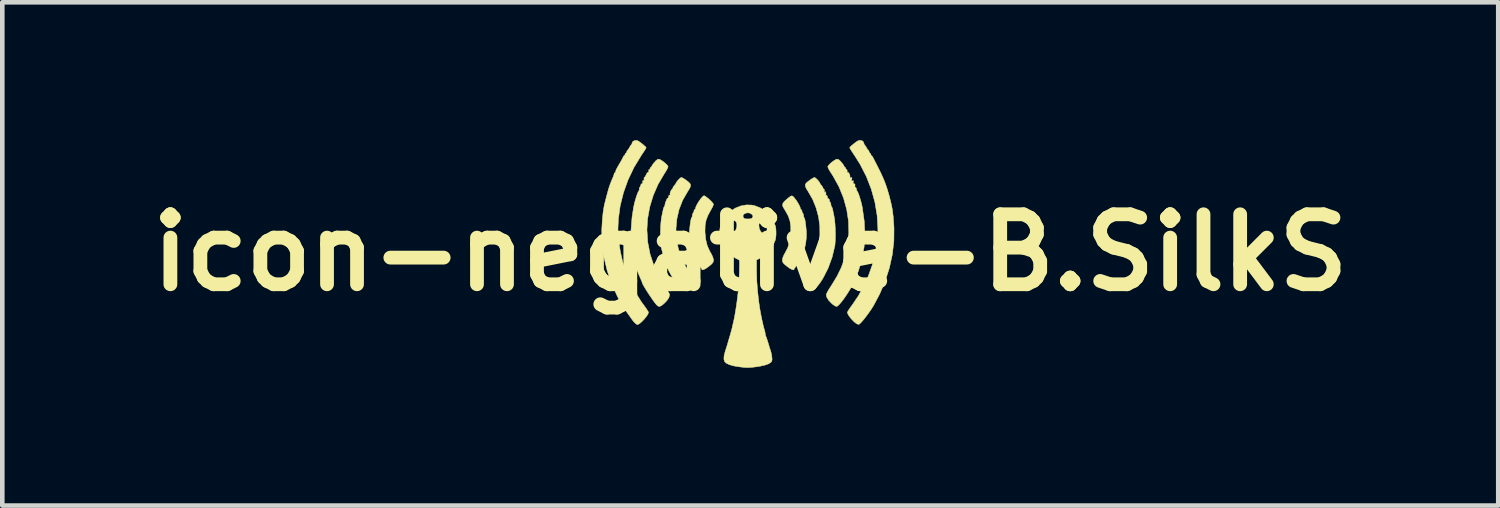
<source format=kicad_pcb>
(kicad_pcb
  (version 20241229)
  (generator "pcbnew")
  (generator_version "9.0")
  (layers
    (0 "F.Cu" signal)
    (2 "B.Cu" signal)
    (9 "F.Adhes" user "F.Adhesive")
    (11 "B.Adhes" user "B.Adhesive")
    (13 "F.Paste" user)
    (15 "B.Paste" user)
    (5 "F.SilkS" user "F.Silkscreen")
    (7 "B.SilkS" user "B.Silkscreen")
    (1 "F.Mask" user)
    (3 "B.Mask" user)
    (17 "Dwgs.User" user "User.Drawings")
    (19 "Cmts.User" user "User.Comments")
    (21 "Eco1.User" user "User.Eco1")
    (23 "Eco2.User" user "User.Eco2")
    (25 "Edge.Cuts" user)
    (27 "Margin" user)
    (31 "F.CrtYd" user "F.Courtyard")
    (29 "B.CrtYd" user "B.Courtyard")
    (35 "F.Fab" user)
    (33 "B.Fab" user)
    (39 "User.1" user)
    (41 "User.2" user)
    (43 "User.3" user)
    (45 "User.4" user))
  (footprint "icon-negative-B.SilkS"
    (layer "F.Cu")
    (at 13.288 2.451)
    (property "Reference" "icon-negative-B.SilkS" (at 0 0 0) (layer "F.SilkS") (effects (font (size 1.524 1.524) (thickness 0.3))))
    (attr through_hole)
    (fp_poly (pts (xy 0.92 -1.232) (xy 0.942 -1.213) (xy 0.962 -1.19) (xy 1.003 -1.137) (xy 1.041 -1.077) (xy 1.072 -1.02) (xy 1.089 -0.975) (xy 1.091 -0.962) (xy 1.101 -0.94) (xy 1.108 -0.938) (xy 1.122 -0.923) (xy 1.125 -0.904) (xy 1.133 -0.872) (xy 1.142 -0.861) (xy 1.156 -0.837) (xy 1.159 -0.812) (xy 1.166 -0.775) (xy 1.174 -0.758) (xy 1.186 -0.733) (xy 1.197 -0.681) (xy 1.208 -0.601) (xy 1.219 -0.489) (xy 1.221 -0.47) (xy 1.223 -0.394) (xy 1.219 -0.307) (xy 1.209 -0.22) (xy 1.195 -0.144) (xy 1.179 -0.089) (xy 1.175 -0.081) (xy 1.161 -0.043) (xy 1.159 -0.026) (xy 1.152 0.012) (xy 1.144 0.03) (xy 1.128 0.064) (xy 1.104 0.112) (xy 1.096 0.128) (xy 1.053 0.212) (xy 1.016 0.272) (xy 0.984 0.313) (xy 0.962 0.344) (xy 0.955 0.361) (xy 0.943 0.376) (xy 0.91 0.369) (xy 0.861 0.343) (xy 0.799 0.298) (xy 0.797 0.297) (xy 0.745 0.253) (xy 0.715 0.221) (xy 0.702 0.191) (xy 0.699 0.162) (xy 0.709 0.108) (xy 0.737 0.044) (xy 0.75 0.022) (xy 0.816 -0.105) (xy 0.858 -0.238) (xy 0.88 -0.388) (xy 0.883 -0.431) (xy 0.882 -0.569) (xy 0.865 -0.687) (xy 0.829 -0.795) (xy 0.769 -0.905) (xy 0.742 -0.947) (xy 0.709 -1.006) (xy 0.703 -1.053) (xy 0.726 -1.097) (xy 0.77 -1.141) (xy 0.83 -1.192) (xy 0.871 -1.223) (xy 0.899 -1.236) (xy 0.92 -1.232)) (stroke (width 0.01) (type solid)) (fill yes) (layer "F.SilkS"))
    (fp_poly (pts (xy -0.988 -1.233) (xy -0.978 -1.226) (xy -0.915 -1.178) (xy -0.861 -1.129) (xy -0.821 -1.086) (xy -0.802 -1.055) (xy -0.801 -1.05) (xy -0.81 -1.022) (xy -0.832 -0.975) (xy -0.864 -0.918) (xy -0.869 -0.909) (xy -0.926 -0.802) (xy -0.963 -0.702) (xy -0.982 -0.598) (xy -0.986 -0.477) (xy -0.985 -0.435) (xy -0.969 -0.282) (xy -0.936 -0.149) (xy -0.88 -0.026) (xy -0.852 0.022) (xy -0.82 0.087) (xy -0.802 0.146) (xy -0.801 0.162) (xy -0.805 0.195) (xy -0.82 0.224) (xy -0.852 0.258) (xy -0.899 0.297) (xy -0.961 0.342) (xy -1.011 0.368) (xy -1.044 0.376) (xy -1.057 0.362) (xy -1.057 0.361) (xy -1.067 0.339) (xy -1.087 0.313) (xy -1.122 0.268) (xy -1.159 0.205) (xy -1.198 0.128) (xy -1.222 0.079) (xy -1.242 0.039) (xy -1.247 0.03) (xy -1.259 -0.009) (xy -1.261 -0.026) (xy -1.269 -0.063) (xy -1.277 -0.081) (xy -1.294 -0.13) (xy -1.309 -0.203) (xy -1.32 -0.289) (xy -1.325 -0.376) (xy -1.325 -0.455) (xy -1.324 -0.47) (xy -1.312 -0.586) (xy -1.301 -0.671) (xy -1.29 -0.727) (xy -1.279 -0.756) (xy -1.277 -0.758) (xy -1.264 -0.787) (xy -1.261 -0.812) (xy -1.255 -0.847) (xy -1.244 -0.861) (xy -1.23 -0.885) (xy -1.227 -0.904) (xy -1.22 -0.932) (xy -1.21 -0.938) (xy -1.195 -0.951) (xy -1.193 -0.962) (xy -1.184 -0.998) (xy -1.158 -1.051) (xy -1.122 -1.111) (xy -1.082 -1.168) (xy -1.064 -1.19) (xy -1.031 -1.226) (xy -1.009 -1.239) (xy -0.988 -1.233)) (stroke (width 0.01) (type solid)) (fill yes) (layer "F.SilkS"))
    (fp_poly (pts (xy -1.472 -1.626) (xy -1.424 -1.597) (xy -1.367 -1.555) (xy -1.334 -1.527) (xy -1.307 -1.496) (xy -1.299 -1.462) (xy -1.311 -1.418) (xy -1.345 -1.358) (xy -1.365 -1.327) (xy -1.473 -1.14) (xy -1.551 -0.939) (xy -1.599 -0.729) (xy -1.618 -0.515) (xy -1.607 -0.299) (xy -1.567 -0.086) (xy -1.498 0.12) (xy -1.4 0.316) (xy -1.335 0.415) (xy -1.301 0.466) (xy -1.286 0.504) (xy -1.284 0.542) (xy -1.287 0.564) (xy -1.299 0.605) (xy -1.322 0.641) (xy -1.364 0.682) (xy -1.395 0.707) (xy -1.444 0.745) (xy -1.482 0.772) (xy -1.502 0.784) (xy -1.503 0.784) (xy -1.523 0.773) (xy -1.542 0.757) (xy -1.585 0.709) (xy -1.63 0.648) (xy -1.679 0.569) (xy -1.736 0.467) (xy -1.772 0.401) (xy -1.804 0.329) (xy -1.84 0.234) (xy -1.875 0.126) (xy -1.907 0.015) (xy -1.933 -0.09) (xy -1.943 -0.145) (xy -1.952 -0.222) (xy -1.956 -0.323) (xy -1.956 -0.437) (xy -1.952 -0.554) (xy -1.945 -0.663) (xy -1.934 -0.754) (xy -1.927 -0.793) (xy -1.913 -0.855) (xy -1.901 -0.914) (xy -1.898 -0.933) (xy -1.887 -0.974) (xy -1.874 -0.998) (xy -1.873 -0.998) (xy -1.861 -1.021) (xy -1.858 -1.041) (xy -1.85 -1.085) (xy -1.842 -1.104) (xy -1.823 -1.146) (xy -1.817 -1.165) (xy -1.803 -1.186) (xy -1.793 -1.187) (xy -1.783 -1.194) (xy -1.78 -1.215) (xy -1.773 -1.244) (xy -1.759 -1.248) (xy -1.745 -1.254) (xy -1.747 -1.261) (xy -1.748 -1.287) (xy -1.738 -1.324) (xy -1.721 -1.36) (xy -1.704 -1.38) (xy -1.701 -1.381) (xy -1.689 -1.394) (xy -1.688 -1.403) (xy -1.677 -1.431) (xy -1.654 -1.462) (xy -1.629 -1.491) (xy -1.619 -1.509) (xy -1.608 -1.533) (xy -1.581 -1.567) (xy -1.548 -1.603) (xy -1.518 -1.629) (xy -1.503 -1.637) (xy -1.472 -1.626)) (stroke (width 0.01) (type solid)) (fill yes) (layer "F.SilkS"))
    (fp_poly (pts (xy 2.437 -2.435) (xy 2.466 -2.408) (xy 2.472 -2.386) (xy 2.484 -2.351) (xy 2.497 -2.335) (xy 2.519 -2.31) (xy 2.523 -2.299) (xy 2.534 -2.276) (xy 2.557 -2.246) (xy 2.582 -2.213) (xy 2.591 -2.187) (xy 2.601 -2.167) (xy 2.608 -2.165) (xy 2.623 -2.151) (xy 2.625 -2.139) (xy 2.632 -2.117) (xy 2.638 -2.114) (xy 2.655 -2.1) (xy 2.67 -2.075) (xy 2.686 -2.045) (xy 2.712 -1.993) (xy 2.747 -1.925) (xy 2.781 -1.858) (xy 2.848 -1.723) (xy 2.902 -1.602) (xy 2.948 -1.486) (xy 2.988 -1.366) (xy 3.027 -1.231) (xy 3.066 -1.073) (xy 3.072 -1.048) (xy 3.095 -0.93) (xy 3.113 -0.781) (xy 3.126 -0.606) (xy 3.13 -0.528) (xy 3.127 -0.246) (xy 3.093 0.043) (xy 3.029 0.334) (xy 2.937 0.622) (xy 2.817 0.904) (xy 2.681 1.159) (xy 2.633 1.235) (xy 2.579 1.313) (xy 2.523 1.389) (xy 2.469 1.458) (xy 2.421 1.513) (xy 2.383 1.551) (xy 2.361 1.564) (xy 2.327 1.554) (xy 2.281 1.523) (xy 2.253 1.498) (xy 2.197 1.439) (xy 2.151 1.38) (xy 2.122 1.33) (xy 2.114 1.301) (xy 2.124 1.28) (xy 2.15 1.238) (xy 2.189 1.182) (xy 2.23 1.126) (xy 2.358 0.936) (xy 2.474 0.724) (xy 2.575 0.5) (xy 2.656 0.272) (xy 2.713 0.05) (xy 2.726 -0.017) (xy 2.746 -0.139) (xy 2.76 -0.237) (xy 2.77 -0.317) (xy 2.775 -0.389) (xy 2.778 -0.461) (xy 2.779 -0.527) (xy 2.762 -0.811) (xy 2.714 -1.098) (xy 2.635 -1.383) (xy 2.527 -1.66) (xy 2.391 -1.925) (xy 2.277 -2.106) (xy 2.233 -2.172) (xy 2.197 -2.228) (xy 2.173 -2.268) (xy 2.165 -2.285) (xy 2.178 -2.303) (xy 2.21 -2.334) (xy 2.254 -2.37) (xy 2.3 -2.406) (xy 2.342 -2.433) (xy 2.35 -2.437) (xy 2.395 -2.446) (xy 2.437 -2.435)) (stroke (width 0.01) (type solid)) (fill yes) (layer "F.SilkS"))
    (fp_poly (pts (xy 1.422 -1.624) (xy 1.454 -1.595) (xy 1.487 -1.558) (xy 1.511 -1.525) (xy 1.517 -1.509) (xy 1.528 -1.49) (xy 1.551 -1.462) (xy 1.576 -1.428) (xy 1.585 -1.403) (xy 1.597 -1.383) (xy 1.604 -1.381) (xy 1.616 -1.366) (xy 1.612 -1.334) (xy 1.608 -1.305) (xy 1.614 -1.307) (xy 1.618 -1.312) (xy 1.633 -1.328) (xy 1.644 -1.312) (xy 1.646 -1.309) (xy 1.649 -1.275) (xy 1.645 -1.262) (xy 1.647 -1.248) (xy 1.657 -1.248) (xy 1.674 -1.238) (xy 1.678 -1.215) (xy 1.685 -1.185) (xy 1.699 -1.176) (xy 1.718 -1.162) (xy 1.722 -1.143) (xy 1.73 -1.111) (xy 1.739 -1.1) (xy 1.752 -1.076) (xy 1.756 -1.048) (xy 1.762 -1.013) (xy 1.771 -0.998) (xy 1.784 -0.977) (xy 1.795 -0.936) (xy 1.796 -0.933) (xy 1.805 -0.883) (xy 1.819 -0.819) (xy 1.824 -0.793) (xy 1.837 -0.716) (xy 1.846 -0.615) (xy 1.852 -0.502) (xy 1.854 -0.385) (xy 1.852 -0.276) (xy 1.846 -0.184) (xy 1.841 -0.145) (xy 1.783 0.098) (xy 1.696 0.337) (xy 1.595 0.537) (xy 1.55 0.611) (xy 1.504 0.678) (xy 1.46 0.734) (xy 1.424 0.771) (xy 1.401 0.784) (xy 1.383 0.774) (xy 1.346 0.748) (xy 1.299 0.71) (xy 1.297 0.709) (xy 1.234 0.649) (xy 1.193 0.593) (xy 1.184 0.573) (xy 1.174 0.538) (xy 1.176 0.509) (xy 1.192 0.476) (xy 1.223 0.431) (xy 1.256 0.381) (xy 1.295 0.312) (xy 1.337 0.232) (xy 1.378 0.148) (xy 1.415 0.071) (xy 1.441 0.006) (xy 1.454 -0.034) (xy 1.463 -0.072) (xy 1.476 -0.131) (xy 1.49 -0.196) (xy 1.516 -0.382) (xy 1.514 -0.578) (xy 1.487 -0.778) (xy 1.434 -0.975) (xy 1.358 -1.162) (xy 1.263 -1.327) (xy 1.22 -1.396) (xy 1.199 -1.446) (xy 1.199 -1.483) (xy 1.218 -1.515) (xy 1.232 -1.527) (xy 1.291 -1.574) (xy 1.345 -1.611) (xy 1.386 -1.633) (xy 1.4 -1.637) (xy 1.422 -1.624)) (stroke (width 0.01) (type solid)) (fill yes) (layer "F.SilkS"))
    (fp_poly (pts (xy -2.45 -2.436) (xy -2.412 -2.412) (xy -2.367 -2.379) (xy -2.322 -2.342) (xy -2.286 -2.31) (xy -2.268 -2.288) (xy -2.267 -2.285) (xy -2.276 -2.266) (xy -2.301 -2.225) (xy -2.338 -2.169) (xy -2.38 -2.106) (xy -2.534 -1.852) (xy -2.662 -1.583) (xy -2.762 -1.303) (xy -2.833 -1.018) (xy -2.872 -0.731) (xy -2.881 -0.527) (xy -2.88 -0.448) (xy -2.877 -0.377) (xy -2.871 -0.304) (xy -2.86 -0.221) (xy -2.845 -0.12) (xy -2.828 -0.017) (xy -2.779 0.201) (xy -2.705 0.428) (xy -2.61 0.654) (xy -2.498 0.871) (xy -2.374 1.069) (xy -2.332 1.126) (xy -2.286 1.189) (xy -2.248 1.244) (xy -2.224 1.283) (xy -2.216 1.301) (xy -2.228 1.338) (xy -2.26 1.388) (xy -2.304 1.443) (xy -2.354 1.496) (xy -2.402 1.539) (xy -2.443 1.564) (xy -2.459 1.568) (xy -2.484 1.555) (xy -2.52 1.523) (xy -2.558 1.479) (xy -2.736 1.229) (xy -2.889 0.963) (xy -3.016 0.683) (xy -3.115 0.395) (xy -3.186 0.102) (xy -3.226 -0.192) (xy -3.234 -0.483) (xy -3.232 -0.528) (xy -3.221 -0.713) (xy -3.205 -0.873) (xy -3.184 -1.004) (xy -3.175 -1.048) (xy -3.155 -1.128) (xy -3.132 -1.217) (xy -3.109 -1.302) (xy -3.09 -1.372) (xy -3.082 -1.398) (xy -3.055 -1.48) (xy -3.022 -1.564) (xy -2.991 -1.637) (xy -2.981 -1.658) (xy -2.968 -1.696) (xy -2.966 -1.713) (xy -2.957 -1.736) (xy -2.949 -1.739) (xy -2.934 -1.753) (xy -2.932 -1.764) (xy -2.929 -1.783) (xy -2.917 -1.811) (xy -2.895 -1.854) (xy -2.859 -1.917) (xy -2.823 -1.977) (xy -2.795 -2.027) (xy -2.773 -2.069) (xy -2.767 -2.084) (xy -2.752 -2.109) (xy -2.743 -2.114) (xy -2.729 -2.128) (xy -2.728 -2.139) (xy -2.718 -2.162) (xy -2.71 -2.165) (xy -2.695 -2.179) (xy -2.693 -2.187) (xy -2.683 -2.215) (xy -2.659 -2.246) (xy -2.635 -2.278) (xy -2.625 -2.299) (xy -2.614 -2.321) (xy -2.6 -2.335) (xy -2.578 -2.368) (xy -2.574 -2.386) (xy -2.559 -2.417) (xy -2.524 -2.438) (xy -2.479 -2.444) (xy -2.45 -2.436)) (stroke (width 0.01) (type solid)) (fill yes) (layer "F.SilkS"))
    (fp_poly (pts (xy -1.983 -2.034) (xy -1.941 -2.013) (xy -1.892 -1.979) (xy -1.845 -1.94) (xy -1.808 -1.903) (xy -1.79 -1.875) (xy -1.79 -1.871) (xy -1.799 -1.843) (xy -1.823 -1.796) (xy -1.859 -1.738) (xy -1.873 -1.717) (xy -2.007 -1.489) (xy -2.113 -1.245) (xy -2.19 -0.992) (xy -2.236 -0.733) (xy -2.25 -0.496) (xy -2.233 -0.229) (xy -2.182 0.032) (xy -2.098 0.287) (xy -1.98 0.534) (xy -1.857 0.737) (xy -1.815 0.801) (xy -1.781 0.859) (xy -1.761 0.901) (xy -1.756 0.918) (xy -1.772 0.979) (xy -1.818 1.048) (xy -1.878 1.109) (xy -1.933 1.154) (xy -1.973 1.172) (xy -2.007 1.166) (xy -2.04 1.138) (xy -2.04 1.138) (xy -2.075 1.095) (xy -2.119 1.036) (xy -2.167 0.965) (xy -2.218 0.89) (xy -2.265 0.816) (xy -2.306 0.749) (xy -2.336 0.695) (xy -2.351 0.661) (xy -2.352 0.655) (xy -2.359 0.636) (xy -2.375 0.597) (xy -2.388 0.567) (xy -2.431 0.468) (xy -2.464 0.386) (xy -2.49 0.309) (xy -2.512 0.23) (xy -2.533 0.138) (xy -2.556 0.024) (xy -2.562 -0.009) (xy -2.592 -0.245) (xy -2.596 -0.501) (xy -2.574 -0.774) (xy -2.541 -0.986) (xy -2.526 -1.057) (xy -2.506 -1.135) (xy -2.483 -1.21) (xy -2.461 -1.275) (xy -2.441 -1.321) (xy -2.43 -1.338) (xy -2.416 -1.368) (xy -2.417 -1.383) (xy -2.413 -1.414) (xy -2.405 -1.423) (xy -2.389 -1.447) (xy -2.387 -1.467) (xy -2.375 -1.494) (xy -2.36 -1.5) (xy -2.341 -1.51) (xy -2.344 -1.534) (xy -2.345 -1.562) (xy -2.33 -1.568) (xy -2.312 -1.58) (xy -2.313 -1.602) (xy -2.314 -1.63) (xy -2.307 -1.637) (xy -2.291 -1.651) (xy -2.271 -1.686) (xy -2.267 -1.697) (xy -2.247 -1.734) (xy -2.227 -1.75) (xy -2.223 -1.749) (xy -2.21 -1.754) (xy -2.212 -1.774) (xy -2.211 -1.801) (xy -2.201 -1.807) (xy -2.184 -1.821) (xy -2.182 -1.833) (xy -2.173 -1.855) (xy -2.165 -1.858) (xy -2.148 -1.871) (xy -2.148 -1.875) (xy -2.135 -1.904) (xy -2.099 -1.952) (xy -2.051 -2.006) (xy -2.01 -2.034) (xy -1.983 -2.034)) (stroke (width 0.01) (type solid)) (fill yes) (layer "F.SilkS"))
    (fp_poly (pts (xy 1.918 -2.03) (xy 1.949 -2.006) (xy 2.003 -1.945) (xy 2.036 -1.899) (xy 2.046 -1.875) (xy 2.059 -1.859) (xy 2.063 -1.858) (xy 2.078 -1.844) (xy 2.08 -1.833) (xy 2.09 -1.81) (xy 2.099 -1.807) (xy 2.111 -1.794) (xy 2.109 -1.774) (xy 2.109 -1.75) (xy 2.12 -1.749) (xy 2.14 -1.741) (xy 2.159 -1.712) (xy 2.171 -1.675) (xy 2.171 -1.644) (xy 2.171 -1.644) (xy 2.171 -1.627) (xy 2.191 -1.631) (xy 2.212 -1.634) (xy 2.214 -1.616) (xy 2.21 -1.597) (xy 2.205 -1.566) (xy 2.216 -1.56) (xy 2.226 -1.563) (xy 2.246 -1.565) (xy 2.245 -1.544) (xy 2.242 -1.537) (xy 2.24 -1.508) (xy 2.26 -1.5) (xy 2.28 -1.491) (xy 2.28 -1.459) (xy 2.28 -1.458) (xy 2.28 -1.427) (xy 2.291 -1.42) (xy 2.306 -1.409) (xy 2.31 -1.389) (xy 2.319 -1.353) (xy 2.329 -1.338) (xy 2.344 -1.312) (xy 2.364 -1.261) (xy 2.386 -1.194) (xy 2.408 -1.118) (xy 2.428 -1.041) (xy 2.439 -0.986) (xy 2.482 -0.685) (xy 2.495 -0.399) (xy 2.479 -0.125) (xy 2.432 0.138) (xy 2.356 0.395) (xy 2.295 0.547) (xy 2.274 0.596) (xy 2.257 0.637) (xy 2.255 0.641) (xy 2.223 0.709) (xy 2.18 0.787) (xy 2.129 0.87) (xy 2.074 0.953) (xy 2.019 1.03) (xy 1.968 1.095) (xy 1.924 1.143) (xy 1.892 1.169) (xy 1.884 1.172) (xy 1.851 1.163) (xy 1.805 1.134) (xy 1.776 1.11) (xy 1.706 1.037) (xy 1.665 0.969) (xy 1.654 0.918) (xy 1.663 0.892) (xy 1.687 0.844) (xy 1.724 0.782) (xy 1.769 0.712) (xy 1.77 0.711) (xy 1.889 0.516) (xy 1.982 0.326) (xy 2.052 0.131) (xy 2.104 -0.08) (xy 2.122 -0.18) (xy 2.146 -0.431) (xy 2.139 -0.685) (xy 2.1 -0.94) (xy 2.031 -1.19) (xy 1.932 -1.433) (xy 1.806 -1.662) (xy 1.771 -1.717) (xy 1.733 -1.776) (xy 1.704 -1.828) (xy 1.689 -1.864) (xy 1.688 -1.871) (xy 1.701 -1.896) (xy 1.734 -1.932) (xy 1.78 -1.972) (xy 1.829 -2.007) (xy 1.873 -2.032) (xy 1.88 -2.034) (xy 1.918 -2.03)) (stroke (width 0.01) (type solid)) (fill yes) (layer "F.SilkS"))
    (fp_poly (pts (xy 0.037 -1.035) (xy 0.101 -1.02) (xy 0.23 -0.969) (xy 0.335 -0.901) (xy 0.422 -0.813) (xy 0.494 -0.699) (xy 0.543 -0.592) (xy 0.556 -0.538) (xy 0.561 -0.465) (xy 0.561 -0.385) (xy 0.553 -0.312) (xy 0.544 -0.271) (xy 0.485 -0.136) (xy 0.4 -0.019) (xy 0.295 0.075) (xy 0.214 0.122) (xy 0.136 0.16) (xy 0.137 0.408) (xy 0.142 0.612) (xy 0.159 0.835) (xy 0.185 1.067) (xy 0.206 1.21) (xy 0.219 1.288) (xy 0.236 1.377) (xy 0.255 1.468) (xy 0.274 1.553) (xy 0.291 1.624) (xy 0.305 1.673) (xy 0.308 1.684) (xy 0.321 1.729) (xy 0.324 1.757) (xy 0.332 1.801) (xy 0.339 1.82) (xy 0.351 1.85) (xy 0.369 1.903) (xy 0.389 1.967) (xy 0.392 1.977) (xy 0.412 2.044) (xy 0.43 2.102) (xy 0.443 2.14) (xy 0.444 2.143) (xy 0.455 2.182) (xy 0.466 2.238) (xy 0.47 2.267) (xy 0.475 2.324) (xy 0.469 2.361) (xy 0.452 2.386) (xy 0.403 2.42) (xy 0.322 2.449) (xy 0.212 2.474) (xy 0.121 2.488) (xy 0.035 2.498) (xy -0.033 2.502) (xy -0.096 2.502) (xy -0.168 2.496) (xy -0.247 2.486) (xy -0.367 2.466) (xy -0.461 2.438) (xy -0.527 2.405) (xy -0.557 2.376) (xy -0.574 2.322) (xy -0.57 2.245) (xy -0.544 2.143) (xy -0.534 2.114) (xy -0.515 2.055) (xy -0.498 2) (xy -0.494 1.986) (xy -0.482 1.944) (xy -0.464 1.882) (xy -0.444 1.816) (xy -0.423 1.743) (xy -0.403 1.671) (xy -0.391 1.619) (xy -0.376 1.554) (xy -0.361 1.487) (xy -0.358 1.475) (xy -0.339 1.382) (xy -0.319 1.265) (xy -0.298 1.13) (xy -0.279 0.986) (xy -0.266 0.878) (xy -0.258 0.802) (xy -0.251 0.712) (xy -0.246 0.613) (xy -0.241 0.511) (xy -0.237 0.412) (xy -0.235 0.322) (xy -0.234 0.247) (xy -0.236 0.193) (xy -0.239 0.166) (xy -0.24 0.164) (xy -0.258 0.153) (xy -0.296 0.133) (xy -0.322 0.12) (xy -0.442 0.041) (xy -0.54 -0.061) (xy -0.611 -0.181) (xy -0.653 -0.315) (xy -0.665 -0.436) (xy -0.664 -0.477) (xy -0.459 -0.477) (xy -0.45 -0.435) (xy -0.427 -0.412) (xy -0.392 -0.413) (xy -0.354 -0.435) (xy -0.322 -0.477) (xy -0.322 -0.477) (xy -0.298 -0.537) (xy -0.292 -0.591) (xy 0.188 -0.591) (xy 0.196 -0.526) (xy 0.219 -0.472) (xy 0.251 -0.433) (xy 0.287 -0.412) (xy 0.322 -0.415) (xy 0.352 -0.446) (xy 0.356 -0.453) (xy 0.366 -0.511) (xy 0.354 -0.578) (xy 0.323 -0.641) (xy 0.306 -0.661) (xy 0.263 -0.694) (xy 0.227 -0.694) (xy 0.2 -0.665) (xy 0.188 -0.608) (xy 0.188 -0.591) (xy -0.292 -0.591) (xy -0.291 -0.597) (xy -0.298 -0.648) (xy -0.317 -0.683) (xy -0.348 -0.697) (xy -0.366 -0.693) (xy -0.405 -0.662) (xy -0.436 -0.608) (xy -0.455 -0.543) (xy -0.459 -0.477) (xy -0.664 -0.477) (xy -0.663 -0.498) (xy -0.656 -0.55) (xy -0.64 -0.602) (xy -0.613 -0.667) (xy -0.59 -0.715) (xy -0.531 -0.805) (xy -0.159 -0.805) (xy -0.153 -0.767) (xy -0.153 -0.767) (xy -0.134 -0.745) (xy -0.099 -0.735) (xy -0.051 -0.733) (xy 0.004 -0.736) (xy 0.036 -0.748) (xy 0.051 -0.767) (xy 0.059 -0.798) (xy 0.041 -0.828) (xy 0.034 -0.835) (xy -0.007 -0.86) (xy -0.055 -0.867) (xy -0.102 -0.858) (xy -0.14 -0.836) (xy -0.159 -0.805) (xy -0.531 -0.805) (xy -0.524 -0.815) (xy -0.434 -0.901) (xy -0.326 -0.969) (xy -0.207 -1.016) (xy -0.084 -1.039) (xy 0.037 -1.035)) (stroke (width 0.01) (type solid)) (fill yes) (layer "F.SilkS")))
  (gr_rect
    (start -3 -3)
    (end 29.576 7.959)
    (stroke (width 0.1) (type default))
    (fill no)
    (layer "Edge.Cuts")))
</source>
